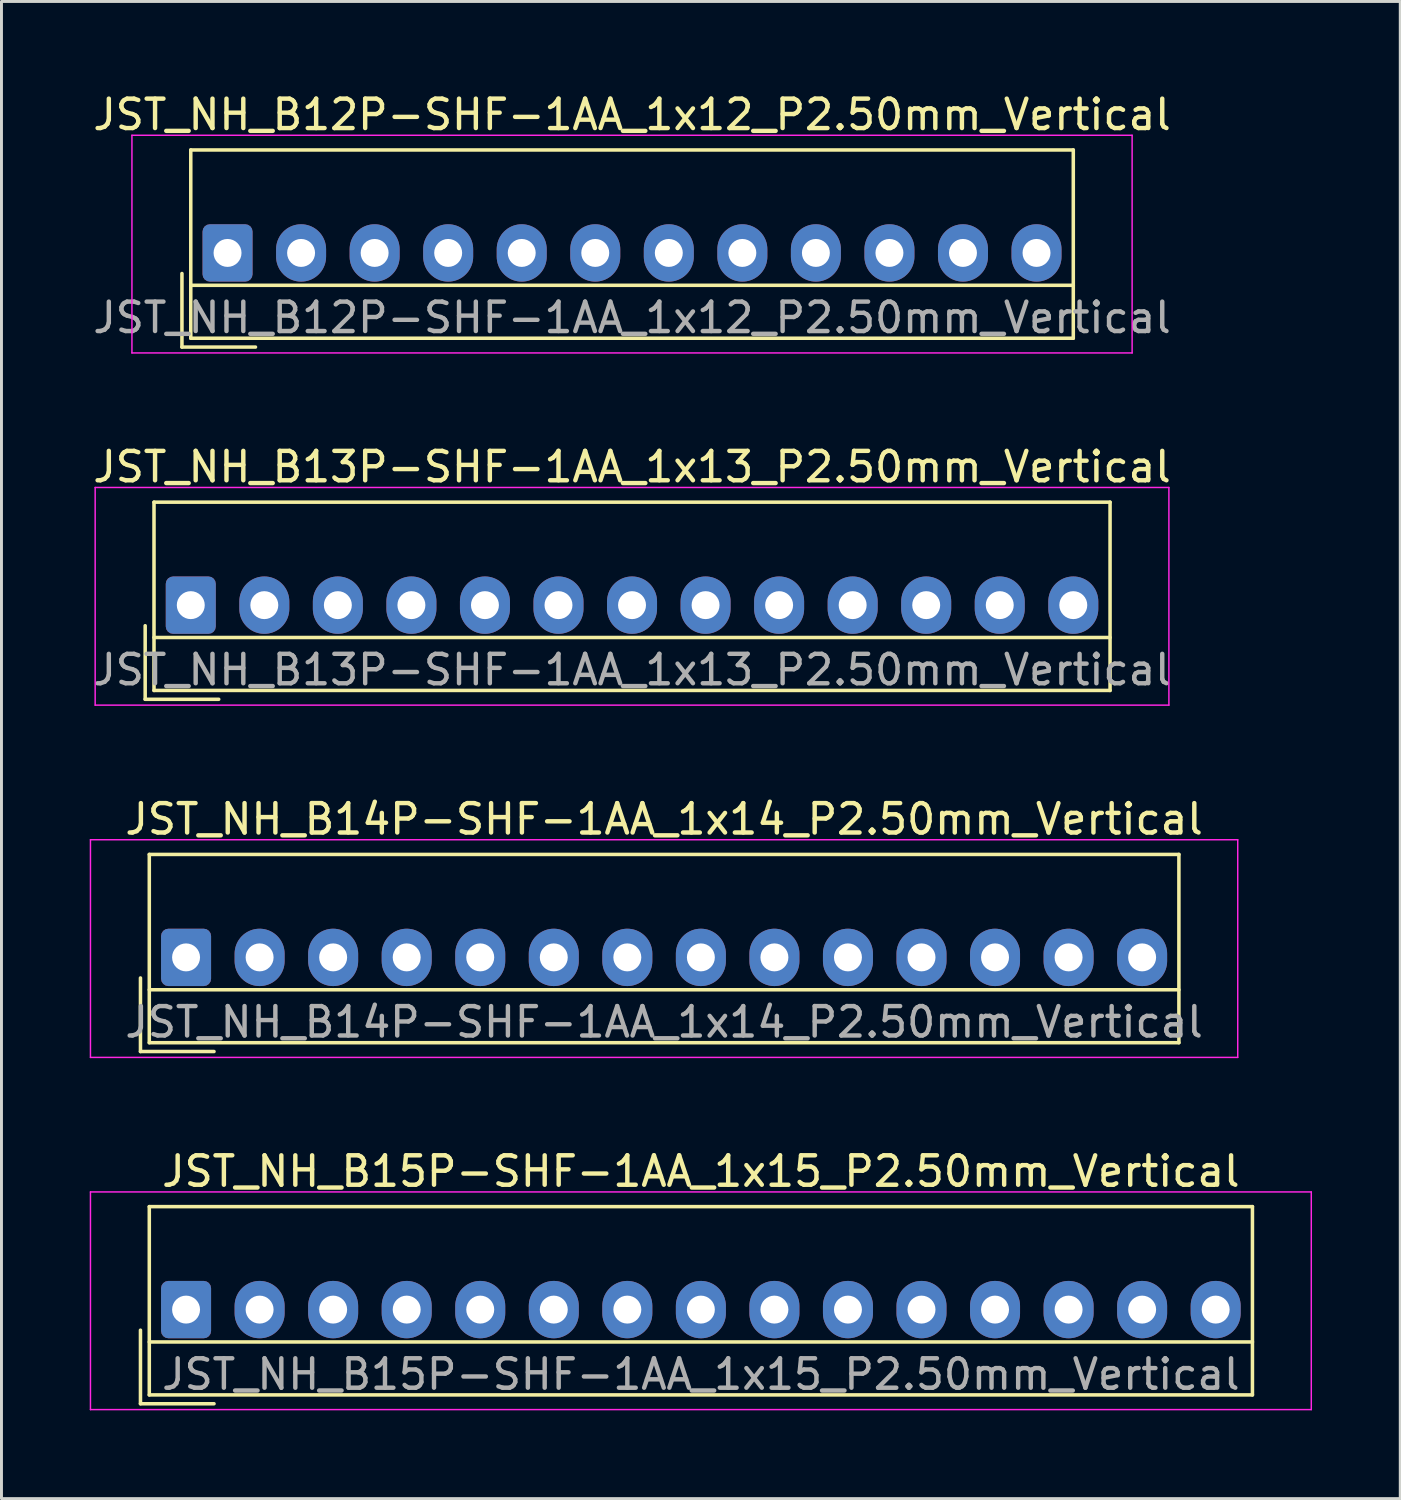
<source format=kicad_pcb>
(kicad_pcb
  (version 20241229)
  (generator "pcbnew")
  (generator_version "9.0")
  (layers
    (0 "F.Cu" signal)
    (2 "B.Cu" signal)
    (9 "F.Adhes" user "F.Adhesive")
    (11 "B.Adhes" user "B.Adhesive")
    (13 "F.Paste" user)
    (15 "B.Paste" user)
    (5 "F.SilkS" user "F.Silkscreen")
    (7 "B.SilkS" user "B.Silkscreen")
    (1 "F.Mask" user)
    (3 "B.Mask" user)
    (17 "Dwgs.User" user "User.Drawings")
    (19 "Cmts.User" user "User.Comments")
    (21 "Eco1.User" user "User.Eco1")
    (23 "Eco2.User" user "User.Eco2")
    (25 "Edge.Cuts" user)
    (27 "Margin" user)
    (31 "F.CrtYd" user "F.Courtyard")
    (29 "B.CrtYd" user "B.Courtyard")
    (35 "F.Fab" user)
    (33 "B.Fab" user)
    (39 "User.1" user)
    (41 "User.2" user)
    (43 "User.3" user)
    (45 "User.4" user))
  (footprint "JST_NH_B15P-SHF-1AA_1x15_P2.50mm_Vertical"
    (layer "F.Cu")
    (at 3.275 41.468)
    (property "Reference" "JST_NH_B15P-SHF-1AA_1x15_P2.50mm_Vertical" (at 17.5 -4.7 0) (layer "F.SilkS") (effects (font (size 1 1) (thickness 0.15))))
    (attr through_hole)
    (fp_line (start -1.55 0.7) (end -1.55 3.2) (stroke (width 0.12) (type solid)) (layer "F.SilkS"))
    (fp_line (start -1.55 3.2) (end 0.95 3.2) (stroke (width 0.12) (type solid)) (layer "F.SilkS"))
    (fp_line (start -1.25 -3.5) (end -1.25 2.9) (stroke (width 0.12) (type solid)) (layer "F.SilkS"))
    (fp_line (start -1.25 1.1) (end 36.25 1.1) (stroke (width 0.12) (type solid)) (layer "F.SilkS"))
    (fp_line (start -1.25 2.9) (end 36.25 2.9) (stroke (width 0.12) (type solid)) (layer "F.SilkS"))
    (fp_line (start 36.25 -3.5) (end -1.25 -3.5) (stroke (width 0.12) (type solid)) (layer "F.SilkS"))
    (fp_line (start 36.25 2.9) (end 36.25 -3.5) (stroke (width 0.12) (type solid)) (layer "F.SilkS"))
    (fp_line (start -3.25 -4) (end -3.25 3.4) (stroke (width 0.05) (type solid)) (layer "F.CrtYd"))
    (fp_line (start -3.25 3.4) (end 38.25 3.4) (stroke (width 0.05) (type solid)) (layer "F.CrtYd"))
    (fp_line (start 38.25 -4) (end -3.25 -4) (stroke (width 0.05) (type solid)) (layer "F.CrtYd"))
    (fp_line (start 38.25 3.4) (end 38.25 -4) (stroke (width 0.05) (type solid)) (layer "F.CrtYd"))
    (fp_text user "${REFERENCE}" (at 17.5 2.2 0) (layer "F.Fab") (effects (font (size 1 1) (thickness 0.15))))
    (pad "1" thru_hole roundrect (at 0 0) (size 1.7 1.95) (drill 0.95) (layers "*.Cu" "*.Mask") (roundrect_rratio 0.147))
    (pad "2" thru_hole oval (at 2.5 0) (size 1.7 1.95) (drill 0.95) (layers "*.Cu" "*.Mask"))
    (pad "3" thru_hole oval (at 5 0) (size 1.7 1.95) (drill 0.95) (layers "*.Cu" "*.Mask"))
    (pad "4" thru_hole oval (at 7.5 0) (size 1.7 1.95) (drill 0.95) (layers "*.Cu" "*.Mask"))
    (pad "5" thru_hole oval (at 10 0) (size 1.7 1.95) (drill 0.95) (layers "*.Cu" "*.Mask"))
    (pad "6" thru_hole oval (at 12.5 0) (size 1.7 1.95) (drill 0.95) (layers "*.Cu" "*.Mask"))
    (pad "7" thru_hole oval (at 15 0) (size 1.7 1.95) (drill 0.95) (layers "*.Cu" "*.Mask"))
    (pad "8" thru_hole oval (at 17.5 0) (size 1.7 1.95) (drill 0.95) (layers "*.Cu" "*.Mask"))
    (pad "9" thru_hole oval (at 20 0) (size 1.7 1.95) (drill 0.95) (layers "*.Cu" "*.Mask"))
    (pad "10" thru_hole oval (at 22.5 0) (size 1.7 1.95) (drill 0.95) (layers "*.Cu" "*.Mask"))
    (pad "11" thru_hole oval (at 25 0) (size 1.7 1.95) (drill 0.95) (layers "*.Cu" "*.Mask"))
    (pad "12" thru_hole oval (at 27.5 0) (size 1.7 1.95) (drill 0.95) (layers "*.Cu" "*.Mask"))
    (pad "13" thru_hole oval (at 30 0) (size 1.7 1.95) (drill 0.95) (layers "*.Cu" "*.Mask"))
    (pad "14" thru_hole oval (at 32.5 0) (size 1.7 1.95) (drill 0.95) (layers "*.Cu" "*.Mask"))
    (pad "15" thru_hole oval (at 35 0) (size 1.7 1.95) (drill 0.95) (layers "*.Cu" "*.Mask")))
  (footprint "JST_NH_B14P-SHF-1AA_1x14_P2.50mm_Vertical"
    (layer "F.Cu")
    (at 3.275 29.495)
    (property "Reference" "JST_NH_B14P-SHF-1AA_1x14_P2.50mm_Vertical" (at 16.25 -4.7 0) (layer "F.SilkS") (effects (font (size 1 1) (thickness 0.15))))
    (attr through_hole)
    (fp_line (start -1.55 0.7) (end -1.55 3.2) (stroke (width 0.12) (type solid)) (layer "F.SilkS"))
    (fp_line (start -1.55 3.2) (end 0.95 3.2) (stroke (width 0.12) (type solid)) (layer "F.SilkS"))
    (fp_line (start -1.25 -3.5) (end -1.25 2.9) (stroke (width 0.12) (type solid)) (layer "F.SilkS"))
    (fp_line (start -1.25 1.1) (end 33.75 1.1) (stroke (width 0.12) (type solid)) (layer "F.SilkS"))
    (fp_line (start -1.25 2.9) (end 33.75 2.9) (stroke (width 0.12) (type solid)) (layer "F.SilkS"))
    (fp_line (start 33.75 -3.5) (end -1.25 -3.5) (stroke (width 0.12) (type solid)) (layer "F.SilkS"))
    (fp_line (start 33.75 2.9) (end 33.75 -3.5) (stroke (width 0.12) (type solid)) (layer "F.SilkS"))
    (fp_line (start -3.25 -4) (end -3.25 3.4) (stroke (width 0.05) (type solid)) (layer "F.CrtYd"))
    (fp_line (start -3.25 3.4) (end 35.75 3.4) (stroke (width 0.05) (type solid)) (layer "F.CrtYd"))
    (fp_line (start 35.75 -4) (end -3.25 -4) (stroke (width 0.05) (type solid)) (layer "F.CrtYd"))
    (fp_line (start 35.75 3.4) (end 35.75 -4) (stroke (width 0.05) (type solid)) (layer "F.CrtYd"))
    (fp_text user "${REFERENCE}" (at 16.25 2.2 0) (layer "F.Fab") (effects (font (size 1 1) (thickness 0.15))))
    (pad "1" thru_hole roundrect (at 0 0) (size 1.7 1.95) (drill 0.95) (layers "*.Cu" "*.Mask") (roundrect_rratio 0.147))
    (pad "2" thru_hole oval (at 2.5 0) (size 1.7 1.95) (drill 0.95) (layers "*.Cu" "*.Mask"))
    (pad "3" thru_hole oval (at 5 0) (size 1.7 1.95) (drill 0.95) (layers "*.Cu" "*.Mask"))
    (pad "4" thru_hole oval (at 7.5 0) (size 1.7 1.95) (drill 0.95) (layers "*.Cu" "*.Mask"))
    (pad "5" thru_hole oval (at 10 0) (size 1.7 1.95) (drill 0.95) (layers "*.Cu" "*.Mask"))
    (pad "6" thru_hole oval (at 12.5 0) (size 1.7 1.95) (drill 0.95) (layers "*.Cu" "*.Mask"))
    (pad "7" thru_hole oval (at 15 0) (size 1.7 1.95) (drill 0.95) (layers "*.Cu" "*.Mask"))
    (pad "8" thru_hole oval (at 17.5 0) (size 1.7 1.95) (drill 0.95) (layers "*.Cu" "*.Mask"))
    (pad "9" thru_hole oval (at 20 0) (size 1.7 1.95) (drill 0.95) (layers "*.Cu" "*.Mask"))
    (pad "10" thru_hole oval (at 22.5 0) (size 1.7 1.95) (drill 0.95) (layers "*.Cu" "*.Mask"))
    (pad "11" thru_hole oval (at 25 0) (size 1.7 1.95) (drill 0.95) (layers "*.Cu" "*.Mask"))
    (pad "12" thru_hole oval (at 27.5 0) (size 1.7 1.95) (drill 0.95) (layers "*.Cu" "*.Mask"))
    (pad "13" thru_hole oval (at 30 0) (size 1.7 1.95) (drill 0.95) (layers "*.Cu" "*.Mask"))
    (pad "14" thru_hole oval (at 32.5 0) (size 1.7 1.95) (drill 0.95) (layers "*.Cu" "*.Mask")))
  (footprint "JST_NH_B13P-SHF-1AA_1x13_P2.50mm_Vertical"
    (layer "F.Cu")
    (at 3.435 17.521)
    (property "Reference" "JST_NH_B13P-SHF-1AA_1x13_P2.50mm_Vertical" (at 15 -4.7 0) (layer "F.SilkS") (effects (font (size 1 1) (thickness 0.15))))
    (attr through_hole)
    (fp_line (start -1.55 0.7) (end -1.55 3.2) (stroke (width 0.12) (type solid)) (layer "F.SilkS"))
    (fp_line (start -1.55 3.2) (end 0.95 3.2) (stroke (width 0.12) (type solid)) (layer "F.SilkS"))
    (fp_line (start -1.25 -3.5) (end -1.25 2.9) (stroke (width 0.12) (type solid)) (layer "F.SilkS"))
    (fp_line (start -1.25 1.1) (end 31.25 1.1) (stroke (width 0.12) (type solid)) (layer "F.SilkS"))
    (fp_line (start -1.25 2.9) (end 31.25 2.9) (stroke (width 0.12) (type solid)) (layer "F.SilkS"))
    (fp_line (start 31.25 -3.5) (end -1.25 -3.5) (stroke (width 0.12) (type solid)) (layer "F.SilkS"))
    (fp_line (start 31.25 2.9) (end 31.25 -3.5) (stroke (width 0.12) (type solid)) (layer "F.SilkS"))
    (fp_line (start -3.25 -4) (end -3.25 3.4) (stroke (width 0.05) (type solid)) (layer "F.CrtYd"))
    (fp_line (start -3.25 3.4) (end 33.25 3.4) (stroke (width 0.05) (type solid)) (layer "F.CrtYd"))
    (fp_line (start 33.25 -4) (end -3.25 -4) (stroke (width 0.05) (type solid)) (layer "F.CrtYd"))
    (fp_line (start 33.25 3.4) (end 33.25 -4) (stroke (width 0.05) (type solid)) (layer "F.CrtYd"))
    (fp_text user "${REFERENCE}" (at 15 2.2 0) (layer "F.Fab") (effects (font (size 1 1) (thickness 0.15))))
    (pad "1" thru_hole roundrect (at 0 0) (size 1.7 1.95) (drill 0.95) (layers "*.Cu" "*.Mask") (roundrect_rratio 0.147))
    (pad "2" thru_hole oval (at 2.5 0) (size 1.7 1.95) (drill 0.95) (layers "*.Cu" "*.Mask"))
    (pad "3" thru_hole oval (at 5 0) (size 1.7 1.95) (drill 0.95) (layers "*.Cu" "*.Mask"))
    (pad "4" thru_hole oval (at 7.5 0) (size 1.7 1.95) (drill 0.95) (layers "*.Cu" "*.Mask"))
    (pad "5" thru_hole oval (at 10 0) (size 1.7 1.95) (drill 0.95) (layers "*.Cu" "*.Mask"))
    (pad "6" thru_hole oval (at 12.5 0) (size 1.7 1.95) (drill 0.95) (layers "*.Cu" "*.Mask"))
    (pad "7" thru_hole oval (at 15 0) (size 1.7 1.95) (drill 0.95) (layers "*.Cu" "*.Mask"))
    (pad "8" thru_hole oval (at 17.5 0) (size 1.7 1.95) (drill 0.95) (layers "*.Cu" "*.Mask"))
    (pad "9" thru_hole oval (at 20 0) (size 1.7 1.95) (drill 0.95) (layers "*.Cu" "*.Mask"))
    (pad "10" thru_hole oval (at 22.5 0) (size 1.7 1.95) (drill 0.95) (layers "*.Cu" "*.Mask"))
    (pad "11" thru_hole oval (at 25 0) (size 1.7 1.95) (drill 0.95) (layers "*.Cu" "*.Mask"))
    (pad "12" thru_hole oval (at 27.5 0) (size 1.7 1.95) (drill 0.95) (layers "*.Cu" "*.Mask"))
    (pad "13" thru_hole oval (at 30 0) (size 1.7 1.95) (drill 0.95) (layers "*.Cu" "*.Mask")))
  (footprint "JST_NH_B12P-SHF-1AA_1x12_P2.50mm_Vertical"
    (layer "F.Cu")
    (at 4.685 5.548)
    (property "Reference" "JST_NH_B12P-SHF-1AA_1x12_P2.50mm_Vertical" (at 13.75 -4.7 0) (layer "F.SilkS") (effects (font (size 1 1) (thickness 0.15))))
    (attr through_hole)
    (fp_line (start -1.55 0.7) (end -1.55 3.2) (stroke (width 0.12) (type solid)) (layer "F.SilkS"))
    (fp_line (start -1.55 3.2) (end 0.95 3.2) (stroke (width 0.12) (type solid)) (layer "F.SilkS"))
    (fp_line (start -1.25 -3.5) (end -1.25 2.9) (stroke (width 0.12) (type solid)) (layer "F.SilkS"))
    (fp_line (start -1.25 1.1) (end 28.75 1.1) (stroke (width 0.12) (type solid)) (layer "F.SilkS"))
    (fp_line (start -1.25 2.9) (end 28.75 2.9) (stroke (width 0.12) (type solid)) (layer "F.SilkS"))
    (fp_line (start 28.75 -3.5) (end -1.25 -3.5) (stroke (width 0.12) (type solid)) (layer "F.SilkS"))
    (fp_line (start 28.75 2.9) (end 28.75 -3.5) (stroke (width 0.12) (type solid)) (layer "F.SilkS"))
    (fp_line (start -3.25 -4) (end -3.25 3.4) (stroke (width 0.05) (type solid)) (layer "F.CrtYd"))
    (fp_line (start -3.25 3.4) (end 30.75 3.4) (stroke (width 0.05) (type solid)) (layer "F.CrtYd"))
    (fp_line (start 30.75 -4) (end -3.25 -4) (stroke (width 0.05) (type solid)) (layer "F.CrtYd"))
    (fp_line (start 30.75 3.4) (end 30.75 -4) (stroke (width 0.05) (type solid)) (layer "F.CrtYd"))
    (fp_text user "${REFERENCE}" (at 13.75 2.2 0) (layer "F.Fab") (effects (font (size 1 1) (thickness 0.15))))
    (pad "1" thru_hole roundrect (at 0 0) (size 1.7 1.95) (drill 0.95) (layers "*.Cu" "*.Mask") (roundrect_rratio 0.147))
    (pad "2" thru_hole oval (at 2.5 0) (size 1.7 1.95) (drill 0.95) (layers "*.Cu" "*.Mask"))
    (pad "3" thru_hole oval (at 5 0) (size 1.7 1.95) (drill 0.95) (layers "*.Cu" "*.Mask"))
    (pad "4" thru_hole oval (at 7.5 0) (size 1.7 1.95) (drill 0.95) (layers "*.Cu" "*.Mask"))
    (pad "5" thru_hole oval (at 10 0) (size 1.7 1.95) (drill 0.95) (layers "*.Cu" "*.Mask"))
    (pad "6" thru_hole oval (at 12.5 0) (size 1.7 1.95) (drill 0.95) (layers "*.Cu" "*.Mask"))
    (pad "7" thru_hole oval (at 15 0) (size 1.7 1.95) (drill 0.95) (layers "*.Cu" "*.Mask"))
    (pad "8" thru_hole oval (at 17.5 0) (size 1.7 1.95) (drill 0.95) (layers "*.Cu" "*.Mask"))
    (pad "9" thru_hole oval (at 20 0) (size 1.7 1.95) (drill 0.95) (layers "*.Cu" "*.Mask"))
    (pad "10" thru_hole oval (at 22.5 0) (size 1.7 1.95) (drill 0.95) (layers "*.Cu" "*.Mask"))
    (pad "11" thru_hole oval (at 25 0) (size 1.7 1.95) (drill 0.95) (layers "*.Cu" "*.Mask"))
    (pad "12" thru_hole oval (at 27.5 0) (size 1.7 1.95) (drill 0.95) (layers "*.Cu" "*.Mask")))
  (gr_rect
    (start -3 -3)
    (end 44.55 47.893)
    (stroke (width 0.1) (type default))
    (fill no)
    (layer "Edge.Cuts")))
</source>
